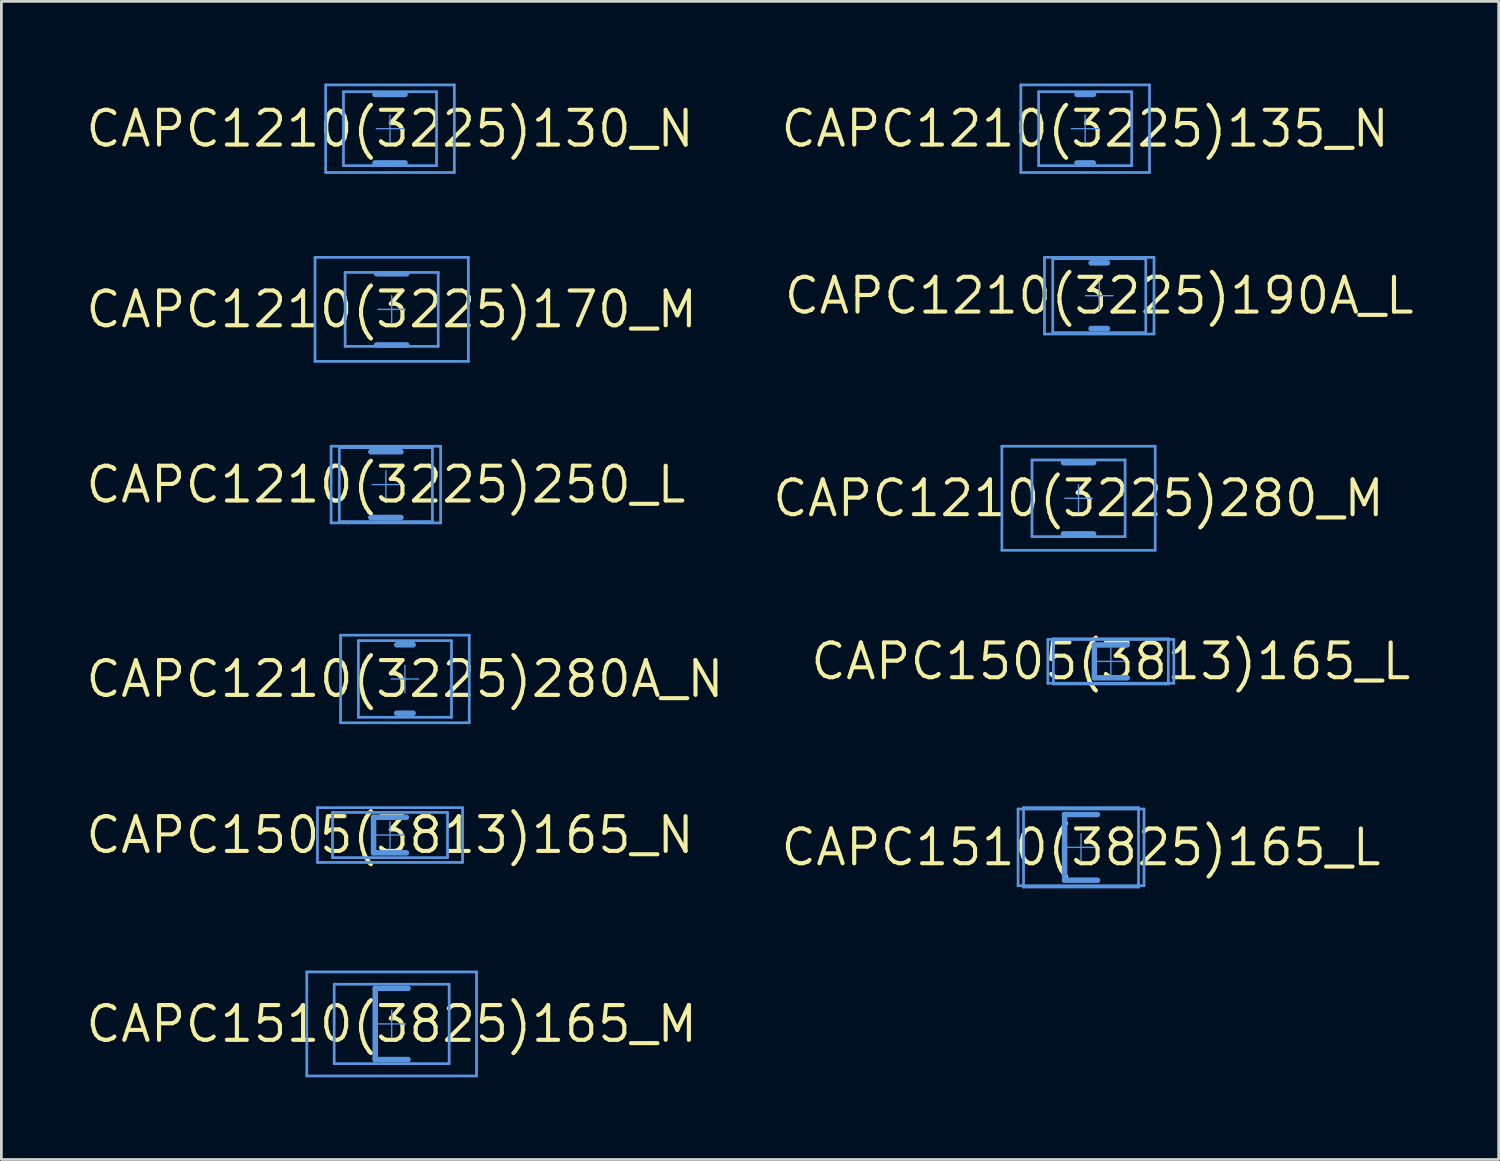
<source format=kicad_pcb>
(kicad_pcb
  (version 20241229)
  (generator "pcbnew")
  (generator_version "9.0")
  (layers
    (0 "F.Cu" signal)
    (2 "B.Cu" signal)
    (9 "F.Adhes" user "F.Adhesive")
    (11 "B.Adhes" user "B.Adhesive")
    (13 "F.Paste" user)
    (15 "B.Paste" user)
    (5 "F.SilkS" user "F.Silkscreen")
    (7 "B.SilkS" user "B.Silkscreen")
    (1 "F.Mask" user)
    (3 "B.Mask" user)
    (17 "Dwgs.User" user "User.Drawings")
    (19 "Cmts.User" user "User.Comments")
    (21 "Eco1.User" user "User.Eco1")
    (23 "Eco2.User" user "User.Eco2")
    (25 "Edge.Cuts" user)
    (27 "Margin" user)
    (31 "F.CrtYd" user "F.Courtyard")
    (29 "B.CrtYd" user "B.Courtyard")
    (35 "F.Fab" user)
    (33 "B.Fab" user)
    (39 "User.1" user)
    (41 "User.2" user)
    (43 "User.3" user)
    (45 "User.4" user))
  (footprint "CAPC1210(3225)250_L"
    (layer "F.Cu")
    (at 11.044 14.65)
    (property "Reference" "CAPC1210(3225)250_L" (at 0 0 0) (layer "F.SilkS") (effects (font (size 1.27 1.27) (thickness 0.15))))
    (attr through_hole)
    (fp_line (start -2 -1.4) (end 2 -1.4) (stroke (width 0.05) (type solid)) (layer "Cmts.User"))
    (fp_line (start -2 -1.4) (end 2 -1.4) (stroke (width 0.1) (type solid)) (layer "Cmts.User"))
    (fp_line (start -2 1.4) (end -2 -1.4) (stroke (width 0.05) (type solid)) (layer "Cmts.User"))
    (fp_line (start -2 1.4) (end -2 -1.4) (stroke (width 0.1) (type solid)) (layer "Cmts.User"))
    (fp_line (start -2 1.4) (end 2 1.4) (stroke (width 0.05) (type solid)) (layer "Cmts.User"))
    (fp_line (start -2 1.4) (end 2 1.4) (stroke (width 0.1) (type solid)) (layer "Cmts.User"))
    (fp_line (start -1.7 -1.35) (end 1.7 -1.35) (stroke (width 0.1) (type solid)) (layer "Cmts.User"))
    (fp_line (start -1.7 1.35) (end -1.7 -1.35) (stroke (width 0.1) (type solid)) (layer "Cmts.User"))
    (fp_line (start -1.7 1.35) (end 1.7 1.35) (stroke (width 0.1) (type solid)) (layer "Cmts.User"))
    (fp_line (start -0.55 -1.2) (end 0.55 -1.2) (stroke (width 0.2) (type solid)) (layer "Cmts.User"))
    (fp_line (start -0.55 1.2) (end 0.55 1.2) (stroke (width 0.2) (type solid)) (layer "Cmts.User"))
    (fp_line (start -0.5 0) (end 0.5 0) (stroke (width 0.05) (type solid)) (layer "Cmts.User"))
    (fp_line (start 0 0.5) (end 0 -0.5) (stroke (width 0.05) (type solid)) (layer "Cmts.User"))
    (fp_line (start 1.7 1.35) (end 1.7 -1.35) (stroke (width 0.1) (type solid)) (layer "Cmts.User"))
    (fp_line (start 2 1.4) (end 2 -1.4) (stroke (width 0.05) (type solid)) (layer "Cmts.User"))
    (fp_line (start 2 1.4) (end 2 -1.4) (stroke (width 0.1) (type solid)) (layer "Cmts.User")))
  (footprint "CAPC1210(3225)190A_L"
    (layer "F.Cu")
    (at 37.1 7.75)
    (property "Reference" "CAPC1210(3225)190A_L" (at 0 0 0) (layer "F.SilkS") (effects (font (size 1.27 1.27) (thickness 0.15))))
    (attr through_hole)
    (fp_line (start -2 -1.4) (end 2 -1.4) (stroke (width 0.05) (type solid)) (layer "Cmts.User"))
    (fp_line (start -2 -1.4) (end 2 -1.4) (stroke (width 0.1) (type solid)) (layer "Cmts.User"))
    (fp_line (start -2 1.4) (end -2 -1.4) (stroke (width 0.05) (type solid)) (layer "Cmts.User"))
    (fp_line (start -2 1.4) (end -2 -1.4) (stroke (width 0.1) (type solid)) (layer "Cmts.User"))
    (fp_line (start -2 1.4) (end 2 1.4) (stroke (width 0.05) (type solid)) (layer "Cmts.User"))
    (fp_line (start -2 1.4) (end 2 1.4) (stroke (width 0.1) (type solid)) (layer "Cmts.User"))
    (fp_line (start -1.7 -1.35) (end 1.7 -1.35) (stroke (width 0.1) (type solid)) (layer "Cmts.User"))
    (fp_line (start -1.7 1.35) (end -1.7 -1.35) (stroke (width 0.1) (type solid)) (layer "Cmts.User"))
    (fp_line (start -1.7 1.35) (end 1.7 1.35) (stroke (width 0.1) (type solid)) (layer "Cmts.User"))
    (fp_line (start -0.5 0) (end 0.5 0) (stroke (width 0.05) (type solid)) (layer "Cmts.User"))
    (fp_line (start -0.3 -1.2) (end 0.3 -1.2) (stroke (width 0.2) (type solid)) (layer "Cmts.User"))
    (fp_line (start -0.3 1.2) (end 0.3 1.2) (stroke (width 0.2) (type solid)) (layer "Cmts.User"))
    (fp_line (start 0 0.5) (end 0 -0.5) (stroke (width 0.05) (type solid)) (layer "Cmts.User"))
    (fp_line (start 1.7 1.35) (end 1.7 -1.35) (stroke (width 0.1) (type solid)) (layer "Cmts.User"))
    (fp_line (start 2 1.4) (end 2 -1.4) (stroke (width 0.05) (type solid)) (layer "Cmts.User"))
    (fp_line (start 2 1.4) (end 2 -1.4) (stroke (width 0.1) (type solid)) (layer "Cmts.User")))
  (footprint "CAPC1210(3225)135_N"
    (layer "F.Cu")
    (at 36.586 1.65)
    (property "Reference" "CAPC1210(3225)135_N" (at 0 0 0) (layer "F.SilkS") (effects (font (size 1.27 1.27) (thickness 0.15))))
    (attr through_hole)
    (fp_line (start -2.35 -1.6) (end 2.35 -1.6) (stroke (width 0.05) (type solid)) (layer "Cmts.User"))
    (fp_line (start -2.35 -1.6) (end 2.35 -1.6) (stroke (width 0.1) (type solid)) (layer "Cmts.User"))
    (fp_line (start -2.35 1.6) (end -2.35 -1.6) (stroke (width 0.05) (type solid)) (layer "Cmts.User"))
    (fp_line (start -2.35 1.6) (end -2.35 -1.6) (stroke (width 0.1) (type solid)) (layer "Cmts.User"))
    (fp_line (start -2.35 1.6) (end 2.35 1.6) (stroke (width 0.05) (type solid)) (layer "Cmts.User"))
    (fp_line (start -2.35 1.6) (end 2.35 1.6) (stroke (width 0.1) (type solid)) (layer "Cmts.User"))
    (fp_line (start -1.7 -1.35) (end 1.7 -1.35) (stroke (width 0.1) (type solid)) (layer "Cmts.User"))
    (fp_line (start -1.7 1.35) (end -1.7 -1.35) (stroke (width 0.1) (type solid)) (layer "Cmts.User"))
    (fp_line (start -1.7 1.35) (end 1.7 1.35) (stroke (width 0.1) (type solid)) (layer "Cmts.User"))
    (fp_line (start -0.5 0) (end 0.5 0) (stroke (width 0.05) (type solid)) (layer "Cmts.User"))
    (fp_line (start -0.3 -1.25) (end 0.3 -1.25) (stroke (width 0.2) (type solid)) (layer "Cmts.User"))
    (fp_line (start -0.3 1.25) (end 0.3 1.25) (stroke (width 0.2) (type solid)) (layer "Cmts.User"))
    (fp_line (start 0 0.5) (end 0 -0.5) (stroke (width 0.05) (type solid)) (layer "Cmts.User"))
    (fp_line (start 1.7 1.35) (end 1.7 -1.35) (stroke (width 0.1) (type solid)) (layer "Cmts.User"))
    (fp_line (start 2.35 1.6) (end 2.35 -1.6) (stroke (width 0.05) (type solid)) (layer "Cmts.User"))
    (fp_line (start 2.35 1.6) (end 2.35 -1.6) (stroke (width 0.1) (type solid)) (layer "Cmts.User")))
  (footprint "CAPC1210(3225)130_N"
    (layer "F.Cu")
    (at 11.195 1.65)
    (property "Reference" "CAPC1210(3225)130_N" (at 0 0 0) (layer "F.SilkS") (effects (font (size 1.27 1.27) (thickness 0.15))))
    (attr through_hole)
    (fp_line (start -2.35 -1.6) (end 2.35 -1.6) (stroke (width 0.05) (type solid)) (layer "Cmts.User"))
    (fp_line (start -2.35 -1.6) (end 2.35 -1.6) (stroke (width 0.1) (type solid)) (layer "Cmts.User"))
    (fp_line (start -2.35 1.6) (end -2.35 -1.6) (stroke (width 0.05) (type solid)) (layer "Cmts.User"))
    (fp_line (start -2.35 1.6) (end -2.35 -1.6) (stroke (width 0.1) (type solid)) (layer "Cmts.User"))
    (fp_line (start -2.35 1.6) (end 2.35 1.6) (stroke (width 0.05) (type solid)) (layer "Cmts.User"))
    (fp_line (start -2.35 1.6) (end 2.35 1.6) (stroke (width 0.1) (type solid)) (layer "Cmts.User"))
    (fp_line (start -1.7 -1.35) (end 1.7 -1.35) (stroke (width 0.1) (type solid)) (layer "Cmts.User"))
    (fp_line (start -1.7 1.35) (end -1.7 -1.35) (stroke (width 0.1) (type solid)) (layer "Cmts.User"))
    (fp_line (start -1.7 1.35) (end 1.7 1.35) (stroke (width 0.1) (type solid)) (layer "Cmts.User"))
    (fp_line (start -0.55 -1.25) (end 0.55 -1.25) (stroke (width 0.2) (type solid)) (layer "Cmts.User"))
    (fp_line (start -0.55 1.25) (end 0.55 1.25) (stroke (width 0.2) (type solid)) (layer "Cmts.User"))
    (fp_line (start -0.5 0) (end 0.5 0) (stroke (width 0.05) (type solid)) (layer "Cmts.User"))
    (fp_line (start 0 0.5) (end 0 -0.5) (stroke (width 0.05) (type solid)) (layer "Cmts.User"))
    (fp_line (start 1.7 1.35) (end 1.7 -1.35) (stroke (width 0.1) (type solid)) (layer "Cmts.User"))
    (fp_line (start 2.35 1.6) (end 2.35 -1.6) (stroke (width 0.05) (type solid)) (layer "Cmts.User"))
    (fp_line (start 2.35 1.6) (end 2.35 -1.6) (stroke (width 0.1) (type solid)) (layer "Cmts.User")))
  (footprint "CAPC1510(3825)165_L"
    (layer "F.Cu")
    (at 36.435 27.9)
    (property "Reference" "CAPC1510(3825)165_L" (at 0 0 0) (layer "F.SilkS") (effects (font (size 1.27 1.27) (thickness 0.15))))
    (attr through_hole)
    (fp_line (start -2.3 -1.4) (end 2.3 -1.4) (stroke (width 0.05) (type solid)) (layer "Cmts.User"))
    (fp_line (start -2.3 -1.4) (end 2.3 -1.4) (stroke (width 0.1) (type solid)) (layer "Cmts.User"))
    (fp_line (start -2.3 1.4) (end -2.3 -1.4) (stroke (width 0.05) (type solid)) (layer "Cmts.User"))
    (fp_line (start -2.3 1.4) (end -2.3 -1.4) (stroke (width 0.1) (type solid)) (layer "Cmts.User"))
    (fp_line (start -2.3 1.4) (end 2.3 1.4) (stroke (width 0.05) (type solid)) (layer "Cmts.User"))
    (fp_line (start -2.3 1.4) (end 2.3 1.4) (stroke (width 0.1) (type solid)) (layer "Cmts.User"))
    (fp_line (start -2.1 -1.45) (end 2.1 -1.45) (stroke (width 0.1) (type solid)) (layer "Cmts.User"))
    (fp_line (start -2.1 1.45) (end -2.1 -1.45) (stroke (width 0.1) (type solid)) (layer "Cmts.User"))
    (fp_line (start -2.1 1.45) (end 2.1 1.45) (stroke (width 0.1) (type solid)) (layer "Cmts.User"))
    (fp_line (start -0.6 -1.2) (end 0.6 -1.2) (stroke (width 0.2) (type solid)) (layer "Cmts.User"))
    (fp_line (start -0.6 1.2) (end -0.6 -1.2) (stroke (width 0.2) (type solid)) (layer "Cmts.User"))
    (fp_line (start -0.6 1.2) (end 0.6 1.2) (stroke (width 0.2) (type solid)) (layer "Cmts.User"))
    (fp_line (start -0.5 0) (end 0.5 0) (stroke (width 0.05) (type solid)) (layer "Cmts.User"))
    (fp_line (start 0 0.5) (end 0 -0.5) (stroke (width 0.05) (type solid)) (layer "Cmts.User"))
    (fp_line (start 2.1 1.45) (end 2.1 -1.45) (stroke (width 0.1) (type solid)) (layer "Cmts.User"))
    (fp_line (start 2.3 1.4) (end 2.3 -1.4) (stroke (width 0.05) (type solid)) (layer "Cmts.User"))
    (fp_line (start 2.3 1.4) (end 2.3 -1.4) (stroke (width 0.1) (type solid)) (layer "Cmts.User")))
  (footprint "CAPC1505(3813)165_N"
    (layer "F.Cu")
    (at 11.195 27.45)
    (property "Reference" "CAPC1505(3813)165_N" (at 0 0 0) (layer "F.SilkS") (effects (font (size 1.27 1.27) (thickness 0.15))))
    (attr through_hole)
    (fp_line (start -2.65 -1) (end 2.65 -1) (stroke (width 0.05) (type solid)) (layer "Cmts.User"))
    (fp_line (start -2.65 -1) (end 2.65 -1) (stroke (width 0.1) (type solid)) (layer "Cmts.User"))
    (fp_line (start -2.65 1) (end -2.65 -1) (stroke (width 0.05) (type solid)) (layer "Cmts.User"))
    (fp_line (start -2.65 1) (end -2.65 -1) (stroke (width 0.1) (type solid)) (layer "Cmts.User"))
    (fp_line (start -2.65 1) (end 2.65 1) (stroke (width 0.05) (type solid)) (layer "Cmts.User"))
    (fp_line (start -2.65 1) (end 2.65 1) (stroke (width 0.1) (type solid)) (layer "Cmts.User"))
    (fp_line (start -2.1 -0.825) (end 2.1 -0.825) (stroke (width 0.1) (type solid)) (layer "Cmts.User"))
    (fp_line (start -2.1 0.825) (end -2.1 -0.825) (stroke (width 0.1) (type solid)) (layer "Cmts.User"))
    (fp_line (start -2.1 0.825) (end 2.1 0.825) (stroke (width 0.1) (type solid)) (layer "Cmts.User"))
    (fp_line (start -0.6 -0.65) (end 0.6 -0.65) (stroke (width 0.2) (type solid)) (layer "Cmts.User"))
    (fp_line (start -0.6 0.65) (end -0.6 -0.65) (stroke (width 0.2) (type solid)) (layer "Cmts.User"))
    (fp_line (start -0.6 0.65) (end 0.6 0.65) (stroke (width 0.2) (type solid)) (layer "Cmts.User"))
    (fp_line (start -0.5 0) (end 0.5 0) (stroke (width 0.05) (type solid)) (layer "Cmts.User"))
    (fp_line (start 0 0.5) (end 0 -0.5) (stroke (width 0.05) (type solid)) (layer "Cmts.User"))
    (fp_line (start 2.1 0.825) (end 2.1 -0.825) (stroke (width 0.1) (type solid)) (layer "Cmts.User"))
    (fp_line (start 2.65 1) (end 2.65 -1) (stroke (width 0.05) (type solid)) (layer "Cmts.User"))
    (fp_line (start 2.65 1) (end 2.65 -1) (stroke (width 0.1) (type solid)) (layer "Cmts.User")))
  (footprint "CAPC1510(3825)165_M"
    (layer "F.Cu")
    (at 11.256 34.35)
    (property "Reference" "CAPC1510(3825)165_M" (at 0 0 0) (layer "F.SilkS") (effects (font (size 1.27 1.27) (thickness 0.15))))
    (attr through_hole)
    (fp_line (start -3.1 -1.9) (end 3.1 -1.9) (stroke (width 0.05) (type solid)) (layer "Cmts.User"))
    (fp_line (start -3.1 -1.9) (end 3.1 -1.9) (stroke (width 0.1) (type solid)) (layer "Cmts.User"))
    (fp_line (start -3.1 1.9) (end -3.1 -1.9) (stroke (width 0.05) (type solid)) (layer "Cmts.User"))
    (fp_line (start -3.1 1.9) (end -3.1 -1.9) (stroke (width 0.1) (type solid)) (layer "Cmts.User"))
    (fp_line (start -3.1 1.9) (end 3.1 1.9) (stroke (width 0.05) (type solid)) (layer "Cmts.User"))
    (fp_line (start -3.1 1.9) (end 3.1 1.9) (stroke (width 0.1) (type solid)) (layer "Cmts.User"))
    (fp_line (start -2.1 -1.45) (end 2.1 -1.45) (stroke (width 0.1) (type solid)) (layer "Cmts.User"))
    (fp_line (start -2.1 1.45) (end -2.1 -1.45) (stroke (width 0.1) (type solid)) (layer "Cmts.User"))
    (fp_line (start -2.1 1.45) (end 2.1 1.45) (stroke (width 0.1) (type solid)) (layer "Cmts.User"))
    (fp_line (start -0.6 -1.3) (end 0.6 -1.3) (stroke (width 0.2) (type solid)) (layer "Cmts.User"))
    (fp_line (start -0.6 1.3) (end -0.6 -1.3) (stroke (width 0.2) (type solid)) (layer "Cmts.User"))
    (fp_line (start -0.6 1.3) (end 0.6 1.3) (stroke (width 0.2) (type solid)) (layer "Cmts.User"))
    (fp_line (start -0.5 0) (end 0.5 0) (stroke (width 0.05) (type solid)) (layer "Cmts.User"))
    (fp_line (start 0 0.5) (end 0 -0.5) (stroke (width 0.05) (type solid)) (layer "Cmts.User"))
    (fp_line (start 2.1 1.45) (end 2.1 -1.45) (stroke (width 0.1) (type solid)) (layer "Cmts.User"))
    (fp_line (start 3.1 1.9) (end 3.1 -1.9) (stroke (width 0.05) (type solid)) (layer "Cmts.User"))
    (fp_line (start 3.1 1.9) (end 3.1 -1.9) (stroke (width 0.1) (type solid)) (layer "Cmts.User")))
  (footprint "CAPC1210(3225)170_M"
    (layer "F.Cu")
    (at 11.256 8.25)
    (property "Reference" "CAPC1210(3225)170_M" (at 0 0 0) (layer "F.SilkS") (effects (font (size 1.27 1.27) (thickness 0.15))))
    (attr through_hole)
    (fp_line (start -2.8 -1.9) (end 2.8 -1.9) (stroke (width 0.05) (type solid)) (layer "Cmts.User"))
    (fp_line (start -2.8 -1.9) (end 2.8 -1.9) (stroke (width 0.1) (type solid)) (layer "Cmts.User"))
    (fp_line (start -2.8 1.9) (end -2.8 -1.9) (stroke (width 0.05) (type solid)) (layer "Cmts.User"))
    (fp_line (start -2.8 1.9) (end -2.8 -1.9) (stroke (width 0.1) (type solid)) (layer "Cmts.User"))
    (fp_line (start -2.8 1.9) (end 2.8 1.9) (stroke (width 0.05) (type solid)) (layer "Cmts.User"))
    (fp_line (start -2.8 1.9) (end 2.8 1.9) (stroke (width 0.1) (type solid)) (layer "Cmts.User"))
    (fp_line (start -1.7 -1.35) (end 1.7 -1.35) (stroke (width 0.1) (type solid)) (layer "Cmts.User"))
    (fp_line (start -1.7 1.35) (end -1.7 -1.35) (stroke (width 0.1) (type solid)) (layer "Cmts.User"))
    (fp_line (start -1.7 1.35) (end 1.7 1.35) (stroke (width 0.1) (type solid)) (layer "Cmts.User"))
    (fp_line (start -0.55 -1.3) (end 0.55 -1.3) (stroke (width 0.2) (type solid)) (layer "Cmts.User"))
    (fp_line (start -0.55 1.3) (end 0.55 1.3) (stroke (width 0.2) (type solid)) (layer "Cmts.User"))
    (fp_line (start -0.5 0) (end 0.5 0) (stroke (width 0.05) (type solid)) (layer "Cmts.User"))
    (fp_line (start 0 0.5) (end 0 -0.5) (stroke (width 0.05) (type solid)) (layer "Cmts.User"))
    (fp_line (start 1.7 1.35) (end 1.7 -1.35) (stroke (width 0.1) (type solid)) (layer "Cmts.User"))
    (fp_line (start 2.8 1.9) (end 2.8 -1.9) (stroke (width 0.05) (type solid)) (layer "Cmts.User"))
    (fp_line (start 2.8 1.9) (end 2.8 -1.9) (stroke (width 0.1) (type solid)) (layer "Cmts.User")))
  (footprint "CAPC1210(3225)280_M"
    (layer "F.Cu")
    (at 36.344 15.15)
    (property "Reference" "CAPC1210(3225)280_M" (at 0 0 0) (layer "F.SilkS") (effects (font (size 1.27 1.27) (thickness 0.15))))
    (attr through_hole)
    (fp_line (start -2.8 -1.9) (end 2.8 -1.9) (stroke (width 0.05) (type solid)) (layer "Cmts.User"))
    (fp_line (start -2.8 -1.9) (end 2.8 -1.9) (stroke (width 0.1) (type solid)) (layer "Cmts.User"))
    (fp_line (start -2.8 1.9) (end -2.8 -1.9) (stroke (width 0.05) (type solid)) (layer "Cmts.User"))
    (fp_line (start -2.8 1.9) (end -2.8 -1.9) (stroke (width 0.1) (type solid)) (layer "Cmts.User"))
    (fp_line (start -2.8 1.9) (end 2.8 1.9) (stroke (width 0.05) (type solid)) (layer "Cmts.User"))
    (fp_line (start -2.8 1.9) (end 2.8 1.9) (stroke (width 0.1) (type solid)) (layer "Cmts.User"))
    (fp_line (start -1.7 -1.4) (end 1.7 -1.4) (stroke (width 0.1) (type solid)) (layer "Cmts.User"))
    (fp_line (start -1.7 1.4) (end -1.7 -1.4) (stroke (width 0.1) (type solid)) (layer "Cmts.User"))
    (fp_line (start -1.7 1.4) (end 1.7 1.4) (stroke (width 0.1) (type solid)) (layer "Cmts.User"))
    (fp_line (start -0.55 -1.3) (end 0.55 -1.3) (stroke (width 0.2) (type solid)) (layer "Cmts.User"))
    (fp_line (start -0.55 1.3) (end 0.55 1.3) (stroke (width 0.2) (type solid)) (layer "Cmts.User"))
    (fp_line (start -0.5 0) (end 0.5 0) (stroke (width 0.05) (type solid)) (layer "Cmts.User"))
    (fp_line (start 0 0.5) (end 0 -0.5) (stroke (width 0.05) (type solid)) (layer "Cmts.User"))
    (fp_line (start 1.7 1.4) (end 1.7 -1.4) (stroke (width 0.1) (type solid)) (layer "Cmts.User"))
    (fp_line (start 2.8 1.9) (end 2.8 -1.9) (stroke (width 0.05) (type solid)) (layer "Cmts.User"))
    (fp_line (start 2.8 1.9) (end 2.8 -1.9) (stroke (width 0.1) (type solid)) (layer "Cmts.User")))
  (footprint "CAPC1210(3225)280A_N"
    (layer "F.Cu")
    (at 11.74 21.75)
    (property "Reference" "CAPC1210(3225)280A_N" (at 0 0 0) (layer "F.SilkS") (effects (font (size 1.27 1.27) (thickness 0.15))))
    (attr through_hole)
    (fp_line (start -2.35 -1.6) (end 2.35 -1.6) (stroke (width 0.05) (type solid)) (layer "Cmts.User"))
    (fp_line (start -2.35 -1.6) (end 2.35 -1.6) (stroke (width 0.1) (type solid)) (layer "Cmts.User"))
    (fp_line (start -2.35 1.6) (end -2.35 -1.6) (stroke (width 0.05) (type solid)) (layer "Cmts.User"))
    (fp_line (start -2.35 1.6) (end -2.35 -1.6) (stroke (width 0.1) (type solid)) (layer "Cmts.User"))
    (fp_line (start -2.35 1.6) (end 2.35 1.6) (stroke (width 0.05) (type solid)) (layer "Cmts.User"))
    (fp_line (start -2.35 1.6) (end 2.35 1.6) (stroke (width 0.1) (type solid)) (layer "Cmts.User"))
    (fp_line (start -1.7 -1.4) (end 1.7 -1.4) (stroke (width 0.1) (type solid)) (layer "Cmts.User"))
    (fp_line (start -1.7 1.4) (end -1.7 -1.4) (stroke (width 0.1) (type solid)) (layer "Cmts.User"))
    (fp_line (start -1.7 1.4) (end 1.7 1.4) (stroke (width 0.1) (type solid)) (layer "Cmts.User"))
    (fp_line (start -0.5 0) (end 0.5 0) (stroke (width 0.05) (type solid)) (layer "Cmts.User"))
    (fp_line (start -0.3 -1.25) (end 0.3 -1.25) (stroke (width 0.2) (type solid)) (layer "Cmts.User"))
    (fp_line (start -0.3 1.25) (end 0.3 1.25) (stroke (width 0.2) (type solid)) (layer "Cmts.User"))
    (fp_line (start 0 0.5) (end 0 -0.5) (stroke (width 0.05) (type solid)) (layer "Cmts.User"))
    (fp_line (start 1.7 1.4) (end 1.7 -1.4) (stroke (width 0.1) (type solid)) (layer "Cmts.User"))
    (fp_line (start 2.35 1.6) (end 2.35 -1.6) (stroke (width 0.05) (type solid)) (layer "Cmts.User"))
    (fp_line (start 2.35 1.6) (end 2.35 -1.6) (stroke (width 0.1) (type solid)) (layer "Cmts.User")))
  (footprint "CAPC1505(3813)165_L"
    (layer "F.Cu")
    (at 37.524 21.106)
    (property "Reference" "CAPC1505(3813)165_L" (at 0 0 0) (layer "F.SilkS") (effects (font (size 1.27 1.27) (thickness 0.15))))
    (attr through_hole)
    (fp_line (start -2.3 -0.8) (end 2.3 -0.8) (stroke (width 0.05) (type solid)) (layer "Cmts.User"))
    (fp_line (start -2.3 -0.8) (end 2.3 -0.8) (stroke (width 0.1) (type solid)) (layer "Cmts.User"))
    (fp_line (start -2.3 0.8) (end -2.3 -0.8) (stroke (width 0.05) (type solid)) (layer "Cmts.User"))
    (fp_line (start -2.3 0.8) (end -2.3 -0.8) (stroke (width 0.1) (type solid)) (layer "Cmts.User"))
    (fp_line (start -2.3 0.8) (end 2.3 0.8) (stroke (width 0.05) (type solid)) (layer "Cmts.User"))
    (fp_line (start -2.3 0.8) (end 2.3 0.8) (stroke (width 0.1) (type solid)) (layer "Cmts.User"))
    (fp_line (start -2.1 -0.825) (end 2.1 -0.825) (stroke (width 0.1) (type solid)) (layer "Cmts.User"))
    (fp_line (start -2.1 0.825) (end -2.1 -0.825) (stroke (width 0.1) (type solid)) (layer "Cmts.User"))
    (fp_line (start -2.1 0.825) (end 2.1 0.825) (stroke (width 0.1) (type solid)) (layer "Cmts.User"))
    (fp_line (start -0.6 -0.6) (end 0.6 -0.6) (stroke (width 0.2) (type solid)) (layer "Cmts.User"))
    (fp_line (start -0.6 0.6) (end -0.6 -0.6) (stroke (width 0.2) (type solid)) (layer "Cmts.User"))
    (fp_line (start -0.6 0.6) (end 0.6 0.6) (stroke (width 0.2) (type solid)) (layer "Cmts.User"))
    (fp_line (start -0.5 0) (end 0.5 0) (stroke (width 0.05) (type solid)) (layer "Cmts.User"))
    (fp_line (start 0 0.5) (end 0 -0.5) (stroke (width 0.05) (type solid)) (layer "Cmts.User"))
    (fp_line (start 2.1 0.825) (end 2.1 -0.825) (stroke (width 0.1) (type solid)) (layer "Cmts.User"))
    (fp_line (start 2.3 0.8) (end 2.3 -0.8) (stroke (width 0.05) (type solid)) (layer "Cmts.User"))
    (fp_line (start 2.3 0.8) (end 2.3 -0.8) (stroke (width 0.1) (type solid)) (layer "Cmts.User")))
  (gr_rect
    (start -3 -3)
    (end 51.689 39.3)
    (stroke (width 0.1) (type default))
    (fill no)
    (layer "Edge.Cuts")))
</source>
